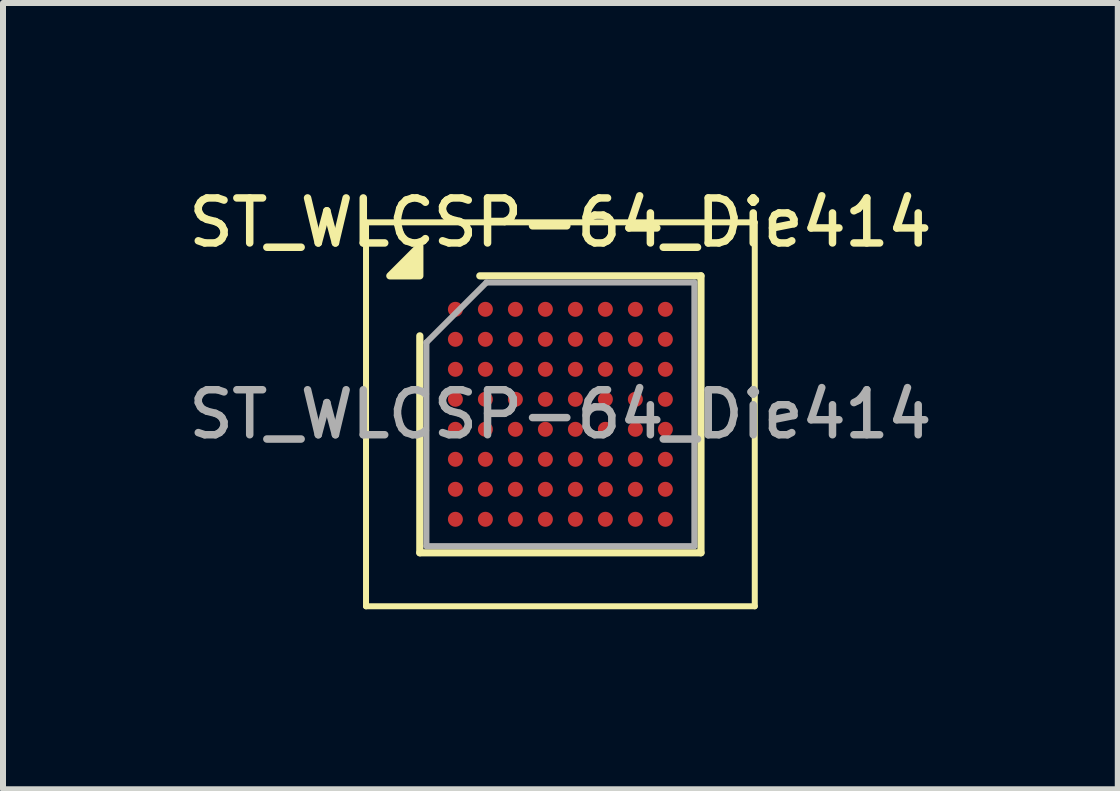
<source format=kicad_pcb>
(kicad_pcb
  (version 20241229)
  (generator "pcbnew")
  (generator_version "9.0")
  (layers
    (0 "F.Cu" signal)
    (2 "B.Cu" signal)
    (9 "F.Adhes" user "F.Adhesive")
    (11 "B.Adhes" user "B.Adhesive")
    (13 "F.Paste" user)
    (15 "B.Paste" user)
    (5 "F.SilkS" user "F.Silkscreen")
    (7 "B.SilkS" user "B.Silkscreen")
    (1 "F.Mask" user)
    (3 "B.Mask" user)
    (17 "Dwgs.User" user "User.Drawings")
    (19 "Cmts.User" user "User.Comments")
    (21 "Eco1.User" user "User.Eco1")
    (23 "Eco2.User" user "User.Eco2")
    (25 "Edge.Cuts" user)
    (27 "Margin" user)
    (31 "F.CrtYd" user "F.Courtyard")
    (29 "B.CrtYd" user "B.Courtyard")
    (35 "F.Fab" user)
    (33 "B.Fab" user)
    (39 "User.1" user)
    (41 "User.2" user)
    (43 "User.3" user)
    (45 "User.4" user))
  (footprint "ST_WLCSP-64_Die414"
    (layer "F.Cu")
    (at 6.291 3.856)
    (property "Reference" "ST_WLCSP-64_Die414" (at 0 -3.197 0) (layer "F.SilkS") (effects (font (size 0.75 0.75) (thickness 0.125))))
    (attr smd)
    (fp_line (start -3.24 -3.2) (end -3.24 3.2) (stroke (width 0.1) (type solid)) (layer "F.SilkS"))
    (fp_line (start -3.24 3.2) (end 3.24 3.2) (stroke (width 0.1) (type solid)) (layer "F.SilkS"))
    (fp_line (start -2.343 2.308) (end -2.343 -1.308) (stroke (width 0.12) (type solid)) (layer "F.SilkS"))
    (fp_line (start -1.343 -2.308) (end 2.343 -2.308) (stroke (width 0.12) (type solid)) (layer "F.SilkS"))
    (fp_line (start 2.343 -2.308) (end 2.343 2.308) (stroke (width 0.12) (type solid)) (layer "F.SilkS"))
    (fp_line (start 2.343 2.308) (end -2.343 2.308) (stroke (width 0.12) (type solid)) (layer "F.SilkS"))
    (fp_line (start 3.24 -3.2) (end -3.24 -3.2) (stroke (width 0.1) (type solid)) (layer "F.SilkS"))
    (fp_line (start 3.24 3.2) (end 3.24 -3.2) (stroke (width 0.1) (type solid)) (layer "F.SilkS"))
    (fp_poly (pts (xy -2.343 -2.308) (xy -2.843 -2.308) (xy -2.343 -2.808) (xy -2.343 -2.308)) (stroke (width 0.12) (type solid)) (fill yes) (layer "F.SilkS"))
    (fp_line (start -2.233 -1.198) (end -1.233 -2.197) (stroke (width 0.1) (type solid)) (layer "F.Fab"))
    (fp_line (start -2.233 2.197) (end -2.233 -1.198) (stroke (width 0.1) (type solid)) (layer "F.Fab"))
    (fp_line (start -1.233 -2.197) (end 2.233 -2.197) (stroke (width 0.1) (type solid)) (layer "F.Fab"))
    (fp_line (start 2.233 -2.197) (end 2.233 2.197) (stroke (width 0.1) (type solid)) (layer "F.Fab"))
    (fp_line (start 2.233 2.197) (end -2.233 2.197) (stroke (width 0.1) (type solid)) (layer "F.Fab"))
    (fp_text user "${REFERENCE}" (at 0 0 0) (layer "F.Fab") (effects (font (size 0.75 0.75) (thickness 0.125))))
    (pad "A1" smd circle (at -1.75 -1.75) (size 0.25 0.25) (property pad_prop_bga) (layers "F.Cu" "F.Mask" "F.Paste"))
    (pad "A2" smd circle (at -1.25 -1.75) (size 0.25 0.25) (property pad_prop_bga) (layers "F.Cu" "F.Mask" "F.Paste"))
    (pad "A3" smd circle (at -0.75 -1.75) (size 0.25 0.25) (property pad_prop_bga) (layers "F.Cu" "F.Mask" "F.Paste"))
    (pad "A4" smd circle (at -0.25 -1.75) (size 0.25 0.25) (property pad_prop_bga) (layers "F.Cu" "F.Mask" "F.Paste"))
    (pad "A5" smd circle (at 0.25 -1.75) (size 0.25 0.25) (property pad_prop_bga) (layers "F.Cu" "F.Mask" "F.Paste"))
    (pad "A6" smd circle (at 0.75 -1.75) (size 0.25 0.25) (property pad_prop_bga) (layers "F.Cu" "F.Mask" "F.Paste"))
    (pad "A7" smd circle (at 1.25 -1.75) (size 0.25 0.25) (property pad_prop_bga) (layers "F.Cu" "F.Mask" "F.Paste"))
    (pad "A8" smd circle (at 1.75 -1.75) (size 0.25 0.25) (property pad_prop_bga) (layers "F.Cu" "F.Mask" "F.Paste"))
    (pad "B1" smd circle (at -1.75 -1.25) (size 0.25 0.25) (property pad_prop_bga) (layers "F.Cu" "F.Mask" "F.Paste"))
    (pad "B2" smd circle (at -1.25 -1.25) (size 0.25 0.25) (property pad_prop_bga) (layers "F.Cu" "F.Mask" "F.Paste"))
    (pad "B3" smd circle (at -0.75 -1.25) (size 0.25 0.25) (property pad_prop_bga) (layers "F.Cu" "F.Mask" "F.Paste"))
    (pad "B4" smd circle (at -0.25 -1.25) (size 0.25 0.25) (property pad_prop_bga) (layers "F.Cu" "F.Mask" "F.Paste"))
    (pad "B5" smd circle (at 0.25 -1.25) (size 0.25 0.25) (property pad_prop_bga) (layers "F.Cu" "F.Mask" "F.Paste"))
    (pad "B6" smd circle (at 0.75 -1.25) (size 0.25 0.25) (property pad_prop_bga) (layers "F.Cu" "F.Mask" "F.Paste"))
    (pad "B7" smd circle (at 1.25 -1.25) (size 0.25 0.25) (property pad_prop_bga) (layers "F.Cu" "F.Mask" "F.Paste"))
    (pad "B8" smd circle (at 1.75 -1.25) (size 0.25 0.25) (property pad_prop_bga) (layers "F.Cu" "F.Mask" "F.Paste"))
    (pad "C1" smd circle (at -1.75 -0.75) (size 0.25 0.25) (property pad_prop_bga) (layers "F.Cu" "F.Mask" "F.Paste"))
    (pad "C2" smd circle (at -1.25 -0.75) (size 0.25 0.25) (property pad_prop_bga) (layers "F.Cu" "F.Mask" "F.Paste"))
    (pad "C3" smd circle (at -0.75 -0.75) (size 0.25 0.25) (property pad_prop_bga) (layers "F.Cu" "F.Mask" "F.Paste"))
    (pad "C4" smd circle (at -0.25 -0.75) (size 0.25 0.25) (property pad_prop_bga) (layers "F.Cu" "F.Mask" "F.Paste"))
    (pad "C5" smd circle (at 0.25 -0.75) (size 0.25 0.25) (property pad_prop_bga) (layers "F.Cu" "F.Mask" "F.Paste"))
    (pad "C6" smd circle (at 0.75 -0.75) (size 0.25 0.25) (property pad_prop_bga) (layers "F.Cu" "F.Mask" "F.Paste"))
    (pad "C7" smd circle (at 1.25 -0.75) (size 0.25 0.25) (property pad_prop_bga) (layers "F.Cu" "F.Mask" "F.Paste"))
    (pad "C8" smd circle (at 1.75 -0.75) (size 0.25 0.25) (property pad_prop_bga) (layers "F.Cu" "F.Mask" "F.Paste"))
    (pad "D1" smd circle (at -1.75 -0.25) (size 0.25 0.25) (property pad_prop_bga) (layers "F.Cu" "F.Mask" "F.Paste"))
    (pad "D2" smd circle (at -1.25 -0.25) (size 0.25 0.25) (property pad_prop_bga) (layers "F.Cu" "F.Mask" "F.Paste"))
    (pad "D3" smd circle (at -0.75 -0.25) (size 0.25 0.25) (property pad_prop_bga) (layers "F.Cu" "F.Mask" "F.Paste"))
    (pad "D4" smd circle (at -0.25 -0.25) (size 0.25 0.25) (property pad_prop_bga) (layers "F.Cu" "F.Mask" "F.Paste"))
    (pad "D5" smd circle (at 0.25 -0.25) (size 0.25 0.25) (property pad_prop_bga) (layers "F.Cu" "F.Mask" "F.Paste"))
    (pad "D6" smd circle (at 0.75 -0.25) (size 0.25 0.25) (property pad_prop_bga) (layers "F.Cu" "F.Mask" "F.Paste"))
    (pad "D7" smd circle (at 1.25 -0.25) (size 0.25 0.25) (property pad_prop_bga) (layers "F.Cu" "F.Mask" "F.Paste"))
    (pad "D8" smd circle (at 1.75 -0.25) (size 0.25 0.25) (property pad_prop_bga) (layers "F.Cu" "F.Mask" "F.Paste"))
    (pad "E1" smd circle (at -1.75 0.25) (size 0.25 0.25) (property pad_prop_bga) (layers "F.Cu" "F.Mask" "F.Paste"))
    (pad "E2" smd circle (at -1.25 0.25) (size 0.25 0.25) (property pad_prop_bga) (layers "F.Cu" "F.Mask" "F.Paste"))
    (pad "E3" smd circle (at -0.75 0.25) (size 0.25 0.25) (property pad_prop_bga) (layers "F.Cu" "F.Mask" "F.Paste"))
    (pad "E4" smd circle (at -0.25 0.25) (size 0.25 0.25) (property pad_prop_bga) (layers "F.Cu" "F.Mask" "F.Paste"))
    (pad "E5" smd circle (at 0.25 0.25) (size 0.25 0.25) (property pad_prop_bga) (layers "F.Cu" "F.Mask" "F.Paste"))
    (pad "E6" smd circle (at 0.75 0.25) (size 0.25 0.25) (property pad_prop_bga) (layers "F.Cu" "F.Mask" "F.Paste"))
    (pad "E7" smd circle (at 1.25 0.25) (size 0.25 0.25) (property pad_prop_bga) (layers "F.Cu" "F.Mask" "F.Paste"))
    (pad "E8" smd circle (at 1.75 0.25) (size 0.25 0.25) (property pad_prop_bga) (layers "F.Cu" "F.Mask" "F.Paste"))
    (pad "F1" smd circle (at -1.75 0.75) (size 0.25 0.25) (property pad_prop_bga) (layers "F.Cu" "F.Mask" "F.Paste"))
    (pad "F2" smd circle (at -1.25 0.75) (size 0.25 0.25) (property pad_prop_bga) (layers "F.Cu" "F.Mask" "F.Paste"))
    (pad "F3" smd circle (at -0.75 0.75) (size 0.25 0.25) (property pad_prop_bga) (layers "F.Cu" "F.Mask" "F.Paste"))
    (pad "F4" smd circle (at -0.25 0.75) (size 0.25 0.25) (property pad_prop_bga) (layers "F.Cu" "F.Mask" "F.Paste"))
    (pad "F5" smd circle (at 0.25 0.75) (size 0.25 0.25) (property pad_prop_bga) (layers "F.Cu" "F.Mask" "F.Paste"))
    (pad "F6" smd circle (at 0.75 0.75) (size 0.25 0.25) (property pad_prop_bga) (layers "F.Cu" "F.Mask" "F.Paste"))
    (pad "F7" smd circle (at 1.25 0.75) (size 0.25 0.25) (property pad_prop_bga) (layers "F.Cu" "F.Mask" "F.Paste"))
    (pad "F8" smd circle (at 1.75 0.75) (size 0.25 0.25) (property pad_prop_bga) (layers "F.Cu" "F.Mask" "F.Paste"))
    (pad "G1" smd circle (at -1.75 1.25) (size 0.25 0.25) (property pad_prop_bga) (layers "F.Cu" "F.Mask" "F.Paste"))
    (pad "G2" smd circle (at -1.25 1.25) (size 0.25 0.25) (property pad_prop_bga) (layers "F.Cu" "F.Mask" "F.Paste"))
    (pad "G3" smd circle (at -0.75 1.25) (size 0.25 0.25) (property pad_prop_bga) (layers "F.Cu" "F.Mask" "F.Paste"))
    (pad "G4" smd circle (at -0.25 1.25) (size 0.25 0.25) (property pad_prop_bga) (layers "F.Cu" "F.Mask" "F.Paste"))
    (pad "G5" smd circle (at 0.25 1.25) (size 0.25 0.25) (property pad_prop_bga) (layers "F.Cu" "F.Mask" "F.Paste"))
    (pad "G6" smd circle (at 0.75 1.25) (size 0.25 0.25) (property pad_prop_bga) (layers "F.Cu" "F.Mask" "F.Paste"))
    (pad "G7" smd circle (at 1.25 1.25) (size 0.25 0.25) (property pad_prop_bga) (layers "F.Cu" "F.Mask" "F.Paste"))
    (pad "G8" smd circle (at 1.75 1.25) (size 0.25 0.25) (property pad_prop_bga) (layers "F.Cu" "F.Mask" "F.Paste"))
    (pad "H1" smd circle (at -1.75 1.75) (size 0.25 0.25) (property pad_prop_bga) (layers "F.Cu" "F.Mask" "F.Paste"))
    (pad "H2" smd circle (at -1.25 1.75) (size 0.25 0.25) (property pad_prop_bga) (layers "F.Cu" "F.Mask" "F.Paste"))
    (pad "H3" smd circle (at -0.75 1.75) (size 0.25 0.25) (property pad_prop_bga) (layers "F.Cu" "F.Mask" "F.Paste"))
    (pad "H4" smd circle (at -0.25 1.75) (size 0.25 0.25) (property pad_prop_bga) (layers "F.Cu" "F.Mask" "F.Paste"))
    (pad "H5" smd circle (at 0.25 1.75) (size 0.25 0.25) (property pad_prop_bga) (layers "F.Cu" "F.Mask" "F.Paste"))
    (pad "H6" smd circle (at 0.75 1.75) (size 0.25 0.25) (property pad_prop_bga) (layers "F.Cu" "F.Mask" "F.Paste"))
    (pad "H7" smd circle (at 1.25 1.75) (size 0.25 0.25) (property pad_prop_bga) (layers "F.Cu" "F.Mask" "F.Paste"))
    (pad "H8" smd circle (at 1.75 1.75) (size 0.25 0.25) (property pad_prop_bga) (layers "F.Cu" "F.Mask" "F.Paste")))
  (gr_rect
    (start -3 -3)
    (end 15.582 10.106)
    (stroke (width 0.1) (type default))
    (fill no)
    (layer "Edge.Cuts")))
</source>
